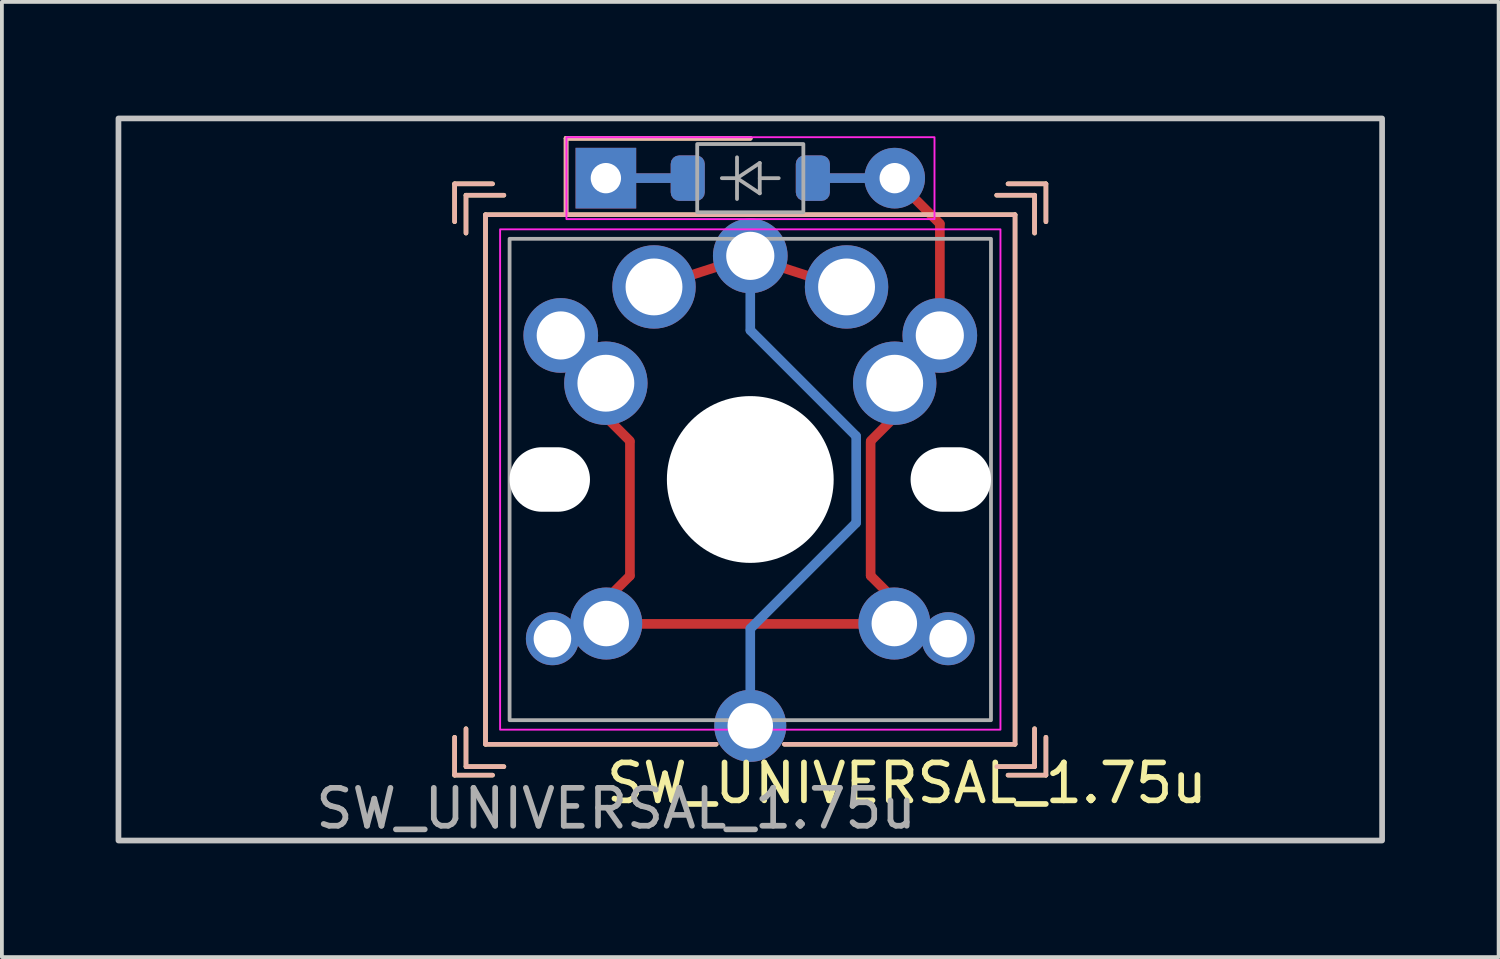
<source format=kicad_pcb>
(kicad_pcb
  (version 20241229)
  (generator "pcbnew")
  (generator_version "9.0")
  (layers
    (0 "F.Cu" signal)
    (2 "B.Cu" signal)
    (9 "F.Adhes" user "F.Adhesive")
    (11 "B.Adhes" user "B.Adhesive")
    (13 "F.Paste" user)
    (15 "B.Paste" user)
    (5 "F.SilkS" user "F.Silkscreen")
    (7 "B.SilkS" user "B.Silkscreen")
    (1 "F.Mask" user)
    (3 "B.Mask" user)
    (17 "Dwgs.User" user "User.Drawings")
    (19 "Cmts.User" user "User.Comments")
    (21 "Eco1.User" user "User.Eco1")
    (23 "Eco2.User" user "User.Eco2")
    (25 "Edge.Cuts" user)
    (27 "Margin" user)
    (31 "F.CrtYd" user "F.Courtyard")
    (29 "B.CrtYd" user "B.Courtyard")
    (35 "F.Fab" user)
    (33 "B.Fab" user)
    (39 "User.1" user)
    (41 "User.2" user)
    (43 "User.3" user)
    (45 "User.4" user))
  (footprint "SW_UNIVERSAL_1.75u"
    (layer "F.Cu")
    (at 16.744 9.6)
    (property "Reference" "SW_UNIVERSAL_1.75u" (at 4.13 8.01 0) (layer "F.SilkS") (effects (font (size 1 1) (thickness 0.15))))
    (attr through_hole)
    (fp_line (start -7.8 -7.8) (end -7.8 -6.8) (stroke (width 0.12) (type default)) (layer "F.SilkS"))
    (fp_line (start -7.8 -7.8) (end -6.8 -7.8) (stroke (width 0.12) (type default)) (layer "F.SilkS"))
    (fp_line (start -7.8 7.8) (end -7.8 6.8) (stroke (width 0.12) (type default)) (layer "F.SilkS"))
    (fp_line (start -7.8 7.8) (end -6.8 7.8) (stroke (width 0.12) (type default)) (layer "F.SilkS"))
    (fp_line (start -7.5 -7.5) (end -7.5 -6.5) (stroke (width 0.12) (type default)) (layer "F.SilkS"))
    (fp_line (start -7.5 -7.5) (end -6.5 -7.5) (stroke (width 0.12) (type default)) (layer "F.SilkS"))
    (fp_line (start -7.5 7.575) (end -7.5 6.575) (stroke (width 0.12) (type default)) (layer "F.SilkS"))
    (fp_line (start -7.5 7.575) (end -6.5 7.575) (stroke (width 0.12) (type default)) (layer "F.SilkS"))
    (fp_line (start -6.985 -6.985) (end 6.985 -6.985) (stroke (width 0.12) (type solid)) (layer "F.SilkS"))
    (fp_line (start -6.985 6.985) (end -6.985 -6.985) (stroke (width 0.12) (type solid)) (layer "F.SilkS"))
    (fp_line (start -4.86 -9) (end 0 -9) (stroke (width 0.12) (type default)) (layer "F.SilkS"))
    (fp_line (start -4.86 -7) (end -4.86 -9) (stroke (width 0.12) (type default)) (layer "F.SilkS"))
    (fp_line (start -0.9 6.985) (end -6.985 6.985) (stroke (width 0.12) (type solid)) (layer "F.SilkS"))
    (fp_line (start 6.985 -6.985) (end 6.985 6.985) (stroke (width 0.12) (type default)) (layer "F.SilkS"))
    (fp_line (start 6.985 6.985) (end 0.9 6.985) (stroke (width 0.12) (type default)) (layer "F.SilkS"))
    (fp_line (start 7.5 -7.5) (end 6.5 -7.5) (stroke (width 0.12) (type default)) (layer "F.SilkS"))
    (fp_line (start 7.5 -7.5) (end 7.5 -6.5) (stroke (width 0.12) (type default)) (layer "F.SilkS"))
    (fp_line (start 7.5 7.575) (end 6.5 7.575) (stroke (width 0.12) (type default)) (layer "F.SilkS"))
    (fp_line (start 7.5 7.575) (end 7.5 6.575) (stroke (width 0.12) (type default)) (layer "F.SilkS"))
    (fp_line (start 7.8 -7.8) (end 6.8 -7.8) (stroke (width 0.12) (type default)) (layer "F.SilkS"))
    (fp_line (start 7.8 -7.8) (end 7.8 -6.8) (stroke (width 0.12) (type default)) (layer "F.SilkS"))
    (fp_line (start 7.8 7.8) (end 6.8 7.8) (stroke (width 0.12) (type default)) (layer "F.SilkS"))
    (fp_line (start 7.8 7.8) (end 7.8 6.8) (stroke (width 0.12) (type default)) (layer "F.SilkS"))
    (fp_line (start -7.8 -6.8) (end -7.8 -7.8) (stroke (width 0.12) (type default)) (layer "B.SilkS"))
    (fp_line (start -7.8 6.8) (end -7.8 7.8) (stroke (width 0.12) (type default)) (layer "B.SilkS"))
    (fp_line (start -7.5 -6.5) (end -7.5 -7.5) (stroke (width 0.12) (type default)) (layer "B.SilkS"))
    (fp_line (start -7.5 6.575) (end -7.5 7.575) (stroke (width 0.12) (type default)) (layer "B.SilkS"))
    (fp_line (start -6.985 -6.985) (end 6.985 -6.985) (stroke (width 0.12) (type solid)) (layer "B.SilkS"))
    (fp_line (start -6.985 6.985) (end -6.985 -6.985) (stroke (width 0.12) (type default)) (layer "B.SilkS"))
    (fp_line (start -6.8 -7.8) (end -7.8 -7.8) (stroke (width 0.12) (type default)) (layer "B.SilkS"))
    (fp_line (start -6.8 7.8) (end -7.8 7.8) (stroke (width 0.12) (type default)) (layer "B.SilkS"))
    (fp_line (start -6.5 -7.5) (end -7.5 -7.5) (stroke (width 0.12) (type default)) (layer "B.SilkS"))
    (fp_line (start -6.5 7.575) (end -7.5 7.575) (stroke (width 0.12) (type default)) (layer "B.SilkS"))
    (fp_line (start -4.86 -7) (end -4.86 -9) (stroke (width 0.12) (type default)) (layer "B.SilkS"))
    (fp_line (start -0.9 6.985) (end -6.985 6.985) (stroke (width 0.12) (type default)) (layer "B.SilkS"))
    (fp_line (start 0 -9) (end -4.86 -9) (stroke (width 0.12) (type default)) (layer "B.SilkS"))
    (fp_line (start 6.5 -7.5) (end 7.5 -7.5) (stroke (width 0.12) (type default)) (layer "B.SilkS"))
    (fp_line (start 6.5 7.575) (end 7.5 7.575) (stroke (width 0.12) (type default)) (layer "B.SilkS"))
    (fp_line (start 6.8 -7.8) (end 7.8 -7.8) (stroke (width 0.12) (type default)) (layer "B.SilkS"))
    (fp_line (start 6.8 7.8) (end 7.8 7.8) (stroke (width 0.12) (type default)) (layer "B.SilkS"))
    (fp_line (start 6.985 -6.985) (end 6.985 6.985) (stroke (width 0.12) (type solid)) (layer "B.SilkS"))
    (fp_line (start 6.985 6.985) (end 0.9 6.985) (stroke (width 0.12) (type solid)) (layer "B.SilkS"))
    (fp_line (start 7.5 -6.5) (end 7.5 -7.5) (stroke (width 0.12) (type default)) (layer "B.SilkS"))
    (fp_line (start 7.5 6.575) (end 7.5 7.575) (stroke (width 0.12) (type default)) (layer "B.SilkS"))
    (fp_line (start 7.8 -6.8) (end 7.8 -7.8) (stroke (width 0.12) (type default)) (layer "B.SilkS"))
    (fp_line (start 7.8 6.8) (end 7.8 7.8) (stroke (width 0.12) (type default)) (layer "B.SilkS"))
    (fp_rect (start -16.669 -9.525) (end 16.669 9.525) (stroke (width 0.15) (type solid)) (fill no) (layer "Dwgs.User"))
    (fp_rect (start -6.6 -6.6) (end 6.6 6.6) (stroke (width 0.05) (type solid)) (fill no) (layer "F.CrtYd"))
    (fp_rect (start -4.85 -9.03) (end 4.86 -6.87) (stroke (width 0.05) (type solid)) (fill no) (layer "F.CrtYd"))
    (fp_line (start -0.75 -7.95) (end -0.35 -7.95) (stroke (width 0.1) (type solid)) (layer "F.Fab"))
    (fp_line (start -0.35 -7.95) (end -0.35 -8.5) (stroke (width 0.1) (type solid)) (layer "F.Fab"))
    (fp_line (start -0.35 -7.95) (end -0.35 -7.4) (stroke (width 0.1) (type solid)) (layer "F.Fab"))
    (fp_line (start -0.35 -7.95) (end 0.25 -8.35) (stroke (width 0.1) (type solid)) (layer "F.Fab"))
    (fp_line (start 0.25 -8.35) (end 0.25 -7.55) (stroke (width 0.1) (type solid)) (layer "F.Fab"))
    (fp_line (start 0.25 -7.95) (end 0.75 -7.95) (stroke (width 0.1) (type solid)) (layer "F.Fab"))
    (fp_line (start 0.25 -7.55) (end -0.35 -7.95) (stroke (width 0.1) (type solid)) (layer "F.Fab"))
    (fp_rect (start -6.35 -6.35) (end 6.35 6.35) (stroke (width 0.1) (type solid)) (fill no) (layer "F.Fab"))
    (fp_rect (start -1.4 -8.85) (end 1.4 -7.05) (stroke (width 0.1) (type solid)) (fill no) (layer "F.Fab"))
    (fp_line (start -8.5 -4) (end -8.5 -8.5) (stroke (width 0.12) (type default)) (layer "User.1"))
    (fp_line (start -8.5 4) (end -8.5 8.5) (stroke (width 0.12) (type default)) (layer "User.1"))
    (fp_line (start -7 -7) (end -7 -4) (stroke (width 0.12) (type default)) (layer "User.1"))
    (fp_line (start -7 -7) (end -5 -7) (stroke (width 0.12) (type default)) (layer "User.1"))
    (fp_line (start -7 -4) (end -8.5 -4) (stroke (width 0.12) (type default)) (layer "User.1"))
    (fp_line (start -7 4) (end -8.5 4) (stroke (width 0.12) (type default)) (layer "User.1"))
    (fp_line (start -7 7) (end -7 4) (stroke (width 0.12) (type default)) (layer "User.1"))
    (fp_line (start -7 7) (end -4 7) (stroke (width 0.12) (type default)) (layer "User.1"))
    (fp_line (start -5 -8.5) (end -8.5 -8.5) (stroke (width 0.12) (type default)) (layer "User.1"))
    (fp_line (start -5 -7) (end -5 -8.5) (stroke (width 0.12) (type default)) (layer "User.1"))
    (fp_line (start -4 7) (end -4 8.5) (stroke (width 0.12) (type default)) (layer "User.1"))
    (fp_line (start -4 8.5) (end -8.5 8.5) (stroke (width 0.12) (type default)) (layer "User.1"))
    (fp_line (start 4 7) (end 4 8.5) (stroke (width 0.12) (type default)) (layer "User.1"))
    (fp_line (start 4 8.5) (end 8.5 8.5) (stroke (width 0.12) (type default)) (layer "User.1"))
    (fp_line (start 5 -8.5) (end 8.5 -8.5) (stroke (width 0.12) (type default)) (layer "User.1"))
    (fp_line (start 5 -7) (end 5 -8.5) (stroke (width 0.12) (type default)) (layer "User.1"))
    (fp_line (start 7 -7) (end 5 -7) (stroke (width 0.12) (type default)) (layer "User.1"))
    (fp_line (start 7 -7) (end 7 -4) (stroke (width 0.12) (type default)) (layer "User.1"))
    (fp_line (start 7 -4) (end 8.5 -4) (stroke (width 0.12) (type default)) (layer "User.1"))
    (fp_line (start 7 4) (end 8.5 4) (stroke (width 0.12) (type default)) (layer "User.1"))
    (fp_line (start 7 7) (end 4 7) (stroke (width 0.12) (type default)) (layer "User.1"))
    (fp_line (start 7 7) (end 7 4) (stroke (width 0.12) (type default)) (layer "User.1"))
    (fp_line (start 8.5 -4) (end 8.5 -8.5) (stroke (width 0.12) (type default)) (layer "User.1"))
    (fp_line (start 8.5 4) (end 8.5 8.5) (stroke (width 0.12) (type default)) (layer "User.1"))
    (fp_rect (start -7 -9) (end 7 7) (stroke (width 0.12) (type default)) (fill no) (layer "User.2"))
    (fp_rect (start -7 -7) (end 7 7) (stroke (width 0.12) (type default)) (fill no) (layer "User.3"))
    (fp_text user "${REFERENCE}" (at -3.54 8.68 0) (layer "F.Fab") (effects (font (size 1 1) (thickness 0.15))))
    (pad "" np_thru_hole oval (at -5.29 0 180) (size 2.122 1.702) (drill oval 2.122 1.702) (layers "*.Cu" "*.Mask"))
    (pad "" np_thru_hole circle (at 0 0) (size 4.4 4.4) (drill 4.4) (layers "*.Cu" "*.Mask"))
    (pad "" np_thru_hole oval (at 5.29 0 180) (size 2.122 1.702) (drill oval 2.122 1.702) (layers "*.Cu" "*.Mask"))
    (pad "1" thru_hole circle (at -2.54 -5.08) (size 2.2 2.2) (drill 1.5) (layers "*.Cu" "*.Mask"))
    (pad "1" smd roundrect (at -1.3 -5.475 107.9) (size 0.254 1.333) (layers "F.Cu") (roundrect_rratio 0.164))
    (pad "1" smd roundrect (at -0.000001 4.826) (size 0.254 2.032) (layers "B.Cu") (roundrect_rratio 0.5))
    (pad "1" thru_hole circle (at 0 -5.9 180) (size 1.97 1.97) (drill 1.27) (layers "*.Cu" "*.Mask"))
    (pad "1" smd roundrect (at 0 -4.78) (size 0.254 1.939) (layers "B.Cu") (roundrect_rratio 0.5))
    (pad "1" thru_hole circle (at 0 6.5) (size 1.9 1.9) (drill 1.2) (layers "*.Cu" "*.Mask"))
    (pad "1" smd roundrect (at 1.2 -5.475 72.1) (size 0.254 1.333) (layers "F.Cu") (roundrect_rratio 0.164))
    (pad "1" smd roundrect (at 1.397 -2.54 225) (size 0.254 4.194) (layers "B.Cu") (roundrect_rratio 0.5))
    (pad "1" smd roundrect (at 1.397 2.54 315) (size 0.254 4.194) (layers "B.Cu") (roundrect_rratio 0.5))
    (pad "1" thru_hole circle (at 2.54 -5.08) (size 2.2 2.2) (drill 1.5) (layers "*.Cu" "*.Mask"))
    (pad "1" smd roundrect (at 2.794 0) (size 0.254 2.54) (layers "B.Cu") (roundrect_rratio 0.5))
    (pad "2" thru_hole rect (at -3.81 -7.95 90) (size 1.6 1.6) (drill 0.8) (layers "*.Cu" "*.Mask"))
    (pad "2" smd roundrect (at -2.6 -7.95 270) (size 0.254 1.333) (layers "F.Cu") (roundrect_rratio 0.164))
    (pad "2" smd roundrect (at -2.6 -7.95 270) (size 0.254 1.333) (layers "B.Cu") (roundrect_rratio 0.164))
    (pad "2" smd roundrect (at -1.65 -7.95) (size 0.9 1.2) (layers "F.Cu" "F.Mask" "F.Paste") (roundrect_rratio 0.25))
    (pad "2" smd roundrect (at -1.65 -7.95 180) (size 0.9 1.2) (layers "B.Cu" "B.Mask" "B.Paste") (roundrect_rratio 0.25))
    (pad "3" thru_hole circle (at -5.22 4.2 180) (size 1.4 1.4) (drill 0.991) (layers "*.Cu" "*.Mask"))
    (pad "3" thru_hole circle (at -5 -3.8 180) (size 1.97 1.97) (drill 1.27) (layers "*.Cu" "*.Mask"))
    (pad "3" thru_hole circle (at -3.81 -2.54) (size 2.2 2.2) (drill 1.5) (layers "*.Cu" "*.Mask"))
    (pad "3" thru_hole circle (at -3.8 3.8) (size 1.9 1.9) (drill 1.2) (layers "*.Cu" "*.Mask"))
    (pad "3" smd roundrect (at -3.429 -1.27 45) (size 0.254 0.97) (layers "F.Cu") (roundrect_rratio 0.5))
    (pad "3" smd roundrect (at -3.429 2.794 135) (size 0.254 0.97) (layers "F.Cu") (roundrect_rratio 0.5))
    (pad "3" smd roundrect (at -3.175 0.774) (size 0.254 3.785) (layers "F.Cu") (roundrect_rratio 0.5))
    (pad "3" smd roundrect (at -0.000002 3.81 90) (size 0.254 6.096) (layers "F.Cu") (roundrect_rratio 0.164))
    (pad "3" smd roundrect (at 1.65 -7.95) (size 0.9 1.2) (layers "F.Cu" "F.Mask" "F.Paste") (roundrect_rratio 0.25))
    (pad "3" smd roundrect (at 1.651 -7.95 180) (size 0.9 1.2) (layers "B.Cu" "B.Mask" "B.Paste") (roundrect_rratio 0.25))
    (pad "3" smd roundrect (at 2.5 -7.95 270) (size 0.254 1.333) (layers "F.Cu") (roundrect_rratio 0.164))
    (pad "3" smd roundrect (at 2.5 -7.95 270) (size 0.254 1.333) (layers "B.Cu") (roundrect_rratio 0.164))
    (pad "3" smd roundrect (at 3.175 0.774) (size 0.254 3.785) (layers "F.Cu") (roundrect_rratio 0.5))
    (pad "3" smd roundrect (at 3.429 -1.27 315) (size 0.254 0.97) (layers "F.Cu") (roundrect_rratio 0.5))
    (pad "3" smd roundrect (at 3.429 2.794 225) (size 0.254 0.97) (layers "F.Cu") (roundrect_rratio 0.5))
    (pad "3" thru_hole circle (at 3.8 3.8) (size 1.9 1.9) (drill 1.2) (layers "*.Cu" "*.Mask"))
    (pad "3" thru_hole oval (at 3.81 -7.95) (size 1.6 1.6) (drill 0.8) (layers "*.Cu" "*.Mask"))
    (pad "3" thru_hole circle (at 3.81 -2.54) (size 2.2 2.2) (drill 1.5) (layers "*.Cu" "*.Mask"))
    (pad "3" smd roundrect (at 4.3 -7.45 45) (size 0.254 2.24) (layers "F.Cu") (roundrect_rratio 0.5))
    (pad "3" thru_hole circle (at 5 -3.8 180) (size 1.97 1.97) (drill 1.27) (layers "*.Cu" "*.Mask"))
    (pad "3" smd roundrect (at 5.002 -5.52 180) (size 0.254 2.7) (layers "F.Cu") (roundrect_rratio 0.5))
    (pad "3" thru_hole circle (at 5.22 4.2 180) (size 1.4 1.4) (drill 0.991) (layers "*.Cu" "*.Mask")))
  (gr_rect
    (start -3 -3)
    (end 36.487 22.2)
    (stroke (width 0.1) (type default))
    (fill no)
    (layer "Edge.Cuts")))
</source>
